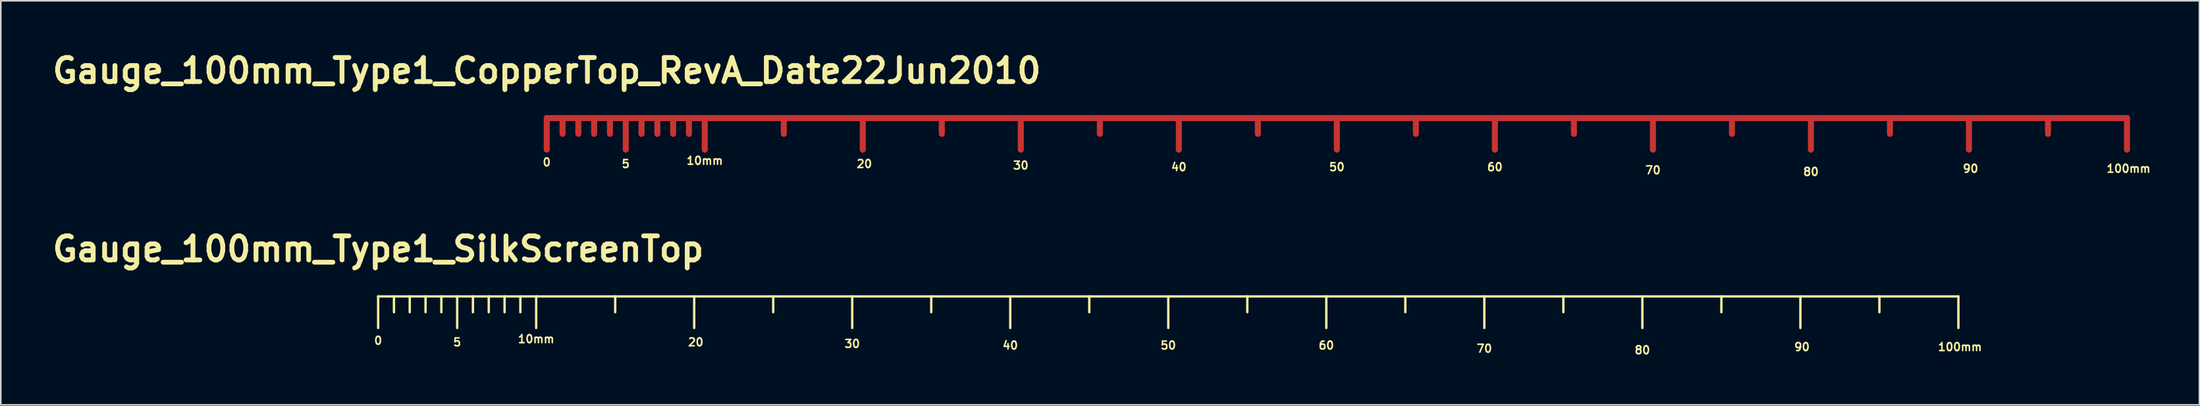
<source format=kicad_pcb>
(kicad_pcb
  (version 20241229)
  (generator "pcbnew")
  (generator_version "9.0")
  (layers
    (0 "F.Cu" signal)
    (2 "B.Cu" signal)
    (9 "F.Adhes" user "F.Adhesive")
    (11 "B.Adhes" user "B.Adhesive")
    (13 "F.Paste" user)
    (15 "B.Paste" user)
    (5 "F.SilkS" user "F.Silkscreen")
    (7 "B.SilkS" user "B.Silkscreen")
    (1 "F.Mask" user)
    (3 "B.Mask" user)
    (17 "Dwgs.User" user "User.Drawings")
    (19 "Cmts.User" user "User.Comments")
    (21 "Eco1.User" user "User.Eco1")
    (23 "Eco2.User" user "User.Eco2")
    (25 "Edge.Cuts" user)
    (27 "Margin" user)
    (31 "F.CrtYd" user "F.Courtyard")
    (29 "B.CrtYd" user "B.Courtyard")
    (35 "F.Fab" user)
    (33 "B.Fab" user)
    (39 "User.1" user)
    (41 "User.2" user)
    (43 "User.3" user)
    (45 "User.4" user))
  (footprint "Gauge_100mm_Type1_SilkScreenTop"
    (layer "F.Cu")
    (at 20.879 15.72)
    (property "Reference" "Gauge_100mm_Type1_SilkScreenTop" (at 0 -3 0) (layer "F.SilkS") (effects (font (size 1.524 1.524) (thickness 0.305))))
    (attr through_hole)
    (fp_line (start 0 0) (end 0 1.999) (stroke (width 0.15) (type solid)) (layer "F.SilkS"))
    (fp_line (start 0 0) (end 10 0) (stroke (width 0.15) (type solid)) (layer "F.SilkS"))
    (fp_line (start 1.001 0) (end 1.001 1.001) (stroke (width 0.15) (type solid)) (layer "F.SilkS"))
    (fp_line (start 1.999 0) (end 1.999 1.001) (stroke (width 0.15) (type solid)) (layer "F.SilkS"))
    (fp_line (start 3 0) (end 3 1.001) (stroke (width 0.15) (type solid)) (layer "F.SilkS"))
    (fp_line (start 4 0) (end 4 1.001) (stroke (width 0.15) (type solid)) (layer "F.SilkS"))
    (fp_line (start 5.001 0) (end 5.001 1.999) (stroke (width 0.15) (type solid)) (layer "F.SilkS"))
    (fp_line (start 5.999 0) (end 5.999 1.001) (stroke (width 0.15) (type solid)) (layer "F.SilkS"))
    (fp_line (start 7 0) (end 7 1.001) (stroke (width 0.15) (type solid)) (layer "F.SilkS"))
    (fp_line (start 8.001 0) (end 8.001 1.001) (stroke (width 0.15) (type solid)) (layer "F.SilkS"))
    (fp_line (start 8.999 0) (end 8.999 1.001) (stroke (width 0.15) (type solid)) (layer "F.SilkS"))
    (fp_line (start 10 0) (end 10 1.999) (stroke (width 0.15) (type solid)) (layer "F.SilkS"))
    (fp_line (start 10 0) (end 100 0) (stroke (width 0.15) (type solid)) (layer "F.SilkS"))
    (fp_line (start 15.001 0) (end 15.001 1.001) (stroke (width 0.15) (type solid)) (layer "F.SilkS"))
    (fp_line (start 20 0) (end 20 1.999) (stroke (width 0.15) (type solid)) (layer "F.SilkS"))
    (fp_line (start 25.001 0) (end 25.001 1.001) (stroke (width 0.15) (type solid)) (layer "F.SilkS"))
    (fp_line (start 30 0) (end 30 1.999) (stroke (width 0.15) (type solid)) (layer "F.SilkS"))
    (fp_line (start 35.001 0) (end 35.001 1.001) (stroke (width 0.15) (type solid)) (layer "F.SilkS"))
    (fp_line (start 40 0) (end 40 1.999) (stroke (width 0.15) (type solid)) (layer "F.SilkS"))
    (fp_line (start 45.001 0) (end 45.001 1.001) (stroke (width 0.15) (type solid)) (layer "F.SilkS"))
    (fp_line (start 50 0) (end 50 1.999) (stroke (width 0.15) (type solid)) (layer "F.SilkS"))
    (fp_line (start 55.001 0) (end 55.001 1.001) (stroke (width 0.15) (type solid)) (layer "F.SilkS"))
    (fp_line (start 60 0) (end 60 1.999) (stroke (width 0.15) (type solid)) (layer "F.SilkS"))
    (fp_line (start 65.001 0) (end 65.001 1.001) (stroke (width 0.15) (type solid)) (layer "F.SilkS"))
    (fp_line (start 70 0) (end 70 1.999) (stroke (width 0.15) (type solid)) (layer "F.SilkS"))
    (fp_line (start 75.001 0) (end 75.001 1.001) (stroke (width 0.15) (type solid)) (layer "F.SilkS"))
    (fp_line (start 80 0) (end 80 1.999) (stroke (width 0.15) (type solid)) (layer "F.SilkS"))
    (fp_line (start 85.001 0) (end 85.001 1.001) (stroke (width 0.15) (type solid)) (layer "F.SilkS"))
    (fp_line (start 90 0) (end 90 1.999) (stroke (width 0.15) (type solid)) (layer "F.SilkS"))
    (fp_line (start 95.001 0) (end 95.001 1.001) (stroke (width 0.15) (type solid)) (layer "F.SilkS"))
    (fp_line (start 100 0) (end 100 1.999) (stroke (width 0.15) (type solid)) (layer "F.SilkS"))
    (fp_text user "5" (at 4.999 2.901 0) (layer "F.SilkS") (effects (font (size 0.5 0.5) (thickness 0.099))))
    (fp_text user "80" (at 80 3.401 0) (layer "F.SilkS") (effects (font (size 0.5 0.5) (thickness 0.099))))
    (fp_text user "10mm" (at 10 2.7 0) (layer "F.SilkS") (effects (font (size 0.5 0.5) (thickness 0.099))))
    (fp_text user "70" (at 70 3.302 0) (layer "F.SilkS") (effects (font (size 0.5 0.5) (thickness 0.099))))
    (fp_text user "90" (at 90.101 3.203 0) (layer "F.SilkS") (effects (font (size 0.5 0.5) (thickness 0.099))))
    (fp_text user "30" (at 30 3 0) (layer "F.SilkS") (effects (font (size 0.5 0.5) (thickness 0.099))))
    (fp_text user "100mm" (at 100.101 3.203 0) (layer "F.SilkS") (effects (font (size 0.5 0.5) (thickness 0.099))))
    (fp_text user "20" (at 20.099 2.901 0) (layer "F.SilkS") (effects (font (size 0.5 0.5) (thickness 0.099))))
    (fp_text user "50" (at 50 3.101 0) (layer "F.SilkS") (effects (font (size 0.5 0.5) (thickness 0.099))))
    (fp_text user "40" (at 40 3.101 0) (layer "F.SilkS") (effects (font (size 0.5 0.5) (thickness 0.099))))
    (fp_text user "60" (at 60 3.101 0) (layer "F.SilkS") (effects (font (size 0.5 0.5) (thickness 0.099))))
    (fp_text user "0" (at 0 2.799 0) (layer "F.SilkS") (effects (font (size 0.5 0.5) (thickness 0.099)))))
  (footprint "Gauge_100mm_Type1_CopperTop_RevA_Date22Jun2010"
    (layer "F.Cu")
    (at 31.547 4.426)
    (property "Reference" "Gauge_100mm_Type1_CopperTop_RevA_Date22Jun2010" (at 0 -3 0) (layer "F.SilkS") (effects (font (size 1.524 1.524) (thickness 0.305))))
    (attr through_hole)
    (fp_line (start 0 0) (end 0 1.999) (stroke (width 0.381) (type solid)) (layer "F.Cu"))
    (fp_line (start 0 0) (end 10 0) (stroke (width 0.381) (type solid)) (layer "F.Cu"))
    (fp_line (start 1.001 0) (end 1.001 1.001) (stroke (width 0.381) (type solid)) (layer "F.Cu"))
    (fp_line (start 1.999 0) (end 1.999 1.001) (stroke (width 0.381) (type solid)) (layer "F.Cu"))
    (fp_line (start 3 0) (end 3 1.001) (stroke (width 0.381) (type solid)) (layer "F.Cu"))
    (fp_line (start 4 0) (end 4 1.001) (stroke (width 0.381) (type solid)) (layer "F.Cu"))
    (fp_line (start 5.001 0) (end 5.001 1.999) (stroke (width 0.381) (type solid)) (layer "F.Cu"))
    (fp_line (start 5.999 0) (end 5.999 1.001) (stroke (width 0.381) (type solid)) (layer "F.Cu"))
    (fp_line (start 7 0) (end 7 1.001) (stroke (width 0.381) (type solid)) (layer "F.Cu"))
    (fp_line (start 8.001 0) (end 8.001 1.001) (stroke (width 0.381) (type solid)) (layer "F.Cu"))
    (fp_line (start 8.999 0) (end 8.999 1.001) (stroke (width 0.381) (type solid)) (layer "F.Cu"))
    (fp_line (start 10 0) (end 10 1.999) (stroke (width 0.381) (type solid)) (layer "F.Cu"))
    (fp_line (start 10 0) (end 100 0) (stroke (width 0.381) (type solid)) (layer "F.Cu"))
    (fp_line (start 15.001 0) (end 15.001 1.001) (stroke (width 0.381) (type solid)) (layer "F.Cu"))
    (fp_line (start 20 0) (end 20 1.999) (stroke (width 0.381) (type solid)) (layer "F.Cu"))
    (fp_line (start 25.001 0) (end 25.001 1.001) (stroke (width 0.381) (type solid)) (layer "F.Cu"))
    (fp_line (start 30 0) (end 30 1.999) (stroke (width 0.381) (type solid)) (layer "F.Cu"))
    (fp_line (start 35.001 0) (end 35.001 1.001) (stroke (width 0.381) (type solid)) (layer "F.Cu"))
    (fp_line (start 40 0) (end 40 1.999) (stroke (width 0.381) (type solid)) (layer "F.Cu"))
    (fp_line (start 45.001 0) (end 45.001 1.001) (stroke (width 0.381) (type solid)) (layer "F.Cu"))
    (fp_line (start 50 0) (end 50 1.999) (stroke (width 0.381) (type solid)) (layer "F.Cu"))
    (fp_line (start 55.001 0) (end 55.001 1.001) (stroke (width 0.381) (type solid)) (layer "F.Cu"))
    (fp_line (start 60 0) (end 60 1.999) (stroke (width 0.381) (type solid)) (layer "F.Cu"))
    (fp_line (start 65.001 0) (end 65.001 1.001) (stroke (width 0.381) (type solid)) (layer "F.Cu"))
    (fp_line (start 70 0) (end 70 1.999) (stroke (width 0.381) (type solid)) (layer "F.Cu"))
    (fp_line (start 75.001 0) (end 75.001 1.001) (stroke (width 0.381) (type solid)) (layer "F.Cu"))
    (fp_line (start 80 0) (end 80 1.999) (stroke (width 0.381) (type solid)) (layer "F.Cu"))
    (fp_line (start 85.001 0) (end 85.001 1.001) (stroke (width 0.381) (type solid)) (layer "F.Cu"))
    (fp_line (start 90 0) (end 90 1.999) (stroke (width 0.381) (type solid)) (layer "F.Cu"))
    (fp_line (start 95.001 0) (end 95.001 1.001) (stroke (width 0.381) (type solid)) (layer "F.Cu"))
    (fp_line (start 100 0) (end 100 1.999) (stroke (width 0.381) (type solid)) (layer "F.Cu"))
    (fp_text user "30" (at 30 3 0) (layer "F.SilkS") (effects (font (size 0.5 0.5) (thickness 0.099))))
    (fp_text user "40" (at 40 3.101 0) (layer "F.SilkS") (effects (font (size 0.5 0.5) (thickness 0.099))))
    (fp_text user "90" (at 90.101 3.203 0) (layer "F.SilkS") (effects (font (size 0.5 0.5) (thickness 0.099))))
    (fp_text user "0" (at 0 2.799 0) (layer "F.SilkS") (effects (font (size 0.5 0.5) (thickness 0.099))))
    (fp_text user "10mm" (at 10 2.7 0) (layer "F.SilkS") (effects (font (size 0.5 0.5) (thickness 0.099))))
    (fp_text user "60" (at 60 3.101 0) (layer "F.SilkS") (effects (font (size 0.5 0.5) (thickness 0.099))))
    (fp_text user "50" (at 50 3.101 0) (layer "F.SilkS") (effects (font (size 0.5 0.5) (thickness 0.099))))
    (fp_text user "5" (at 4.999 2.901 0) (layer "F.SilkS") (effects (font (size 0.5 0.5) (thickness 0.099))))
    (fp_text user "100mm" (at 100.101 3.203 0) (layer "F.SilkS") (effects (font (size 0.5 0.5) (thickness 0.099))))
    (fp_text user "20" (at 20.099 2.901 0) (layer "F.SilkS") (effects (font (size 0.5 0.5) (thickness 0.099))))
    (fp_text user "80" (at 80 3.401 0) (layer "F.SilkS") (effects (font (size 0.5 0.5) (thickness 0.099))))
    (fp_text user "70" (at 70 3.302 0) (layer "F.SilkS") (effects (font (size 0.5 0.5) (thickness 0.099)))))
  (gr_rect
    (start -3 -3)
    (end 136.129 22.588)
    (stroke (width 0.1) (type default))
    (fill no)
    (layer "Edge.Cuts")))
</source>
